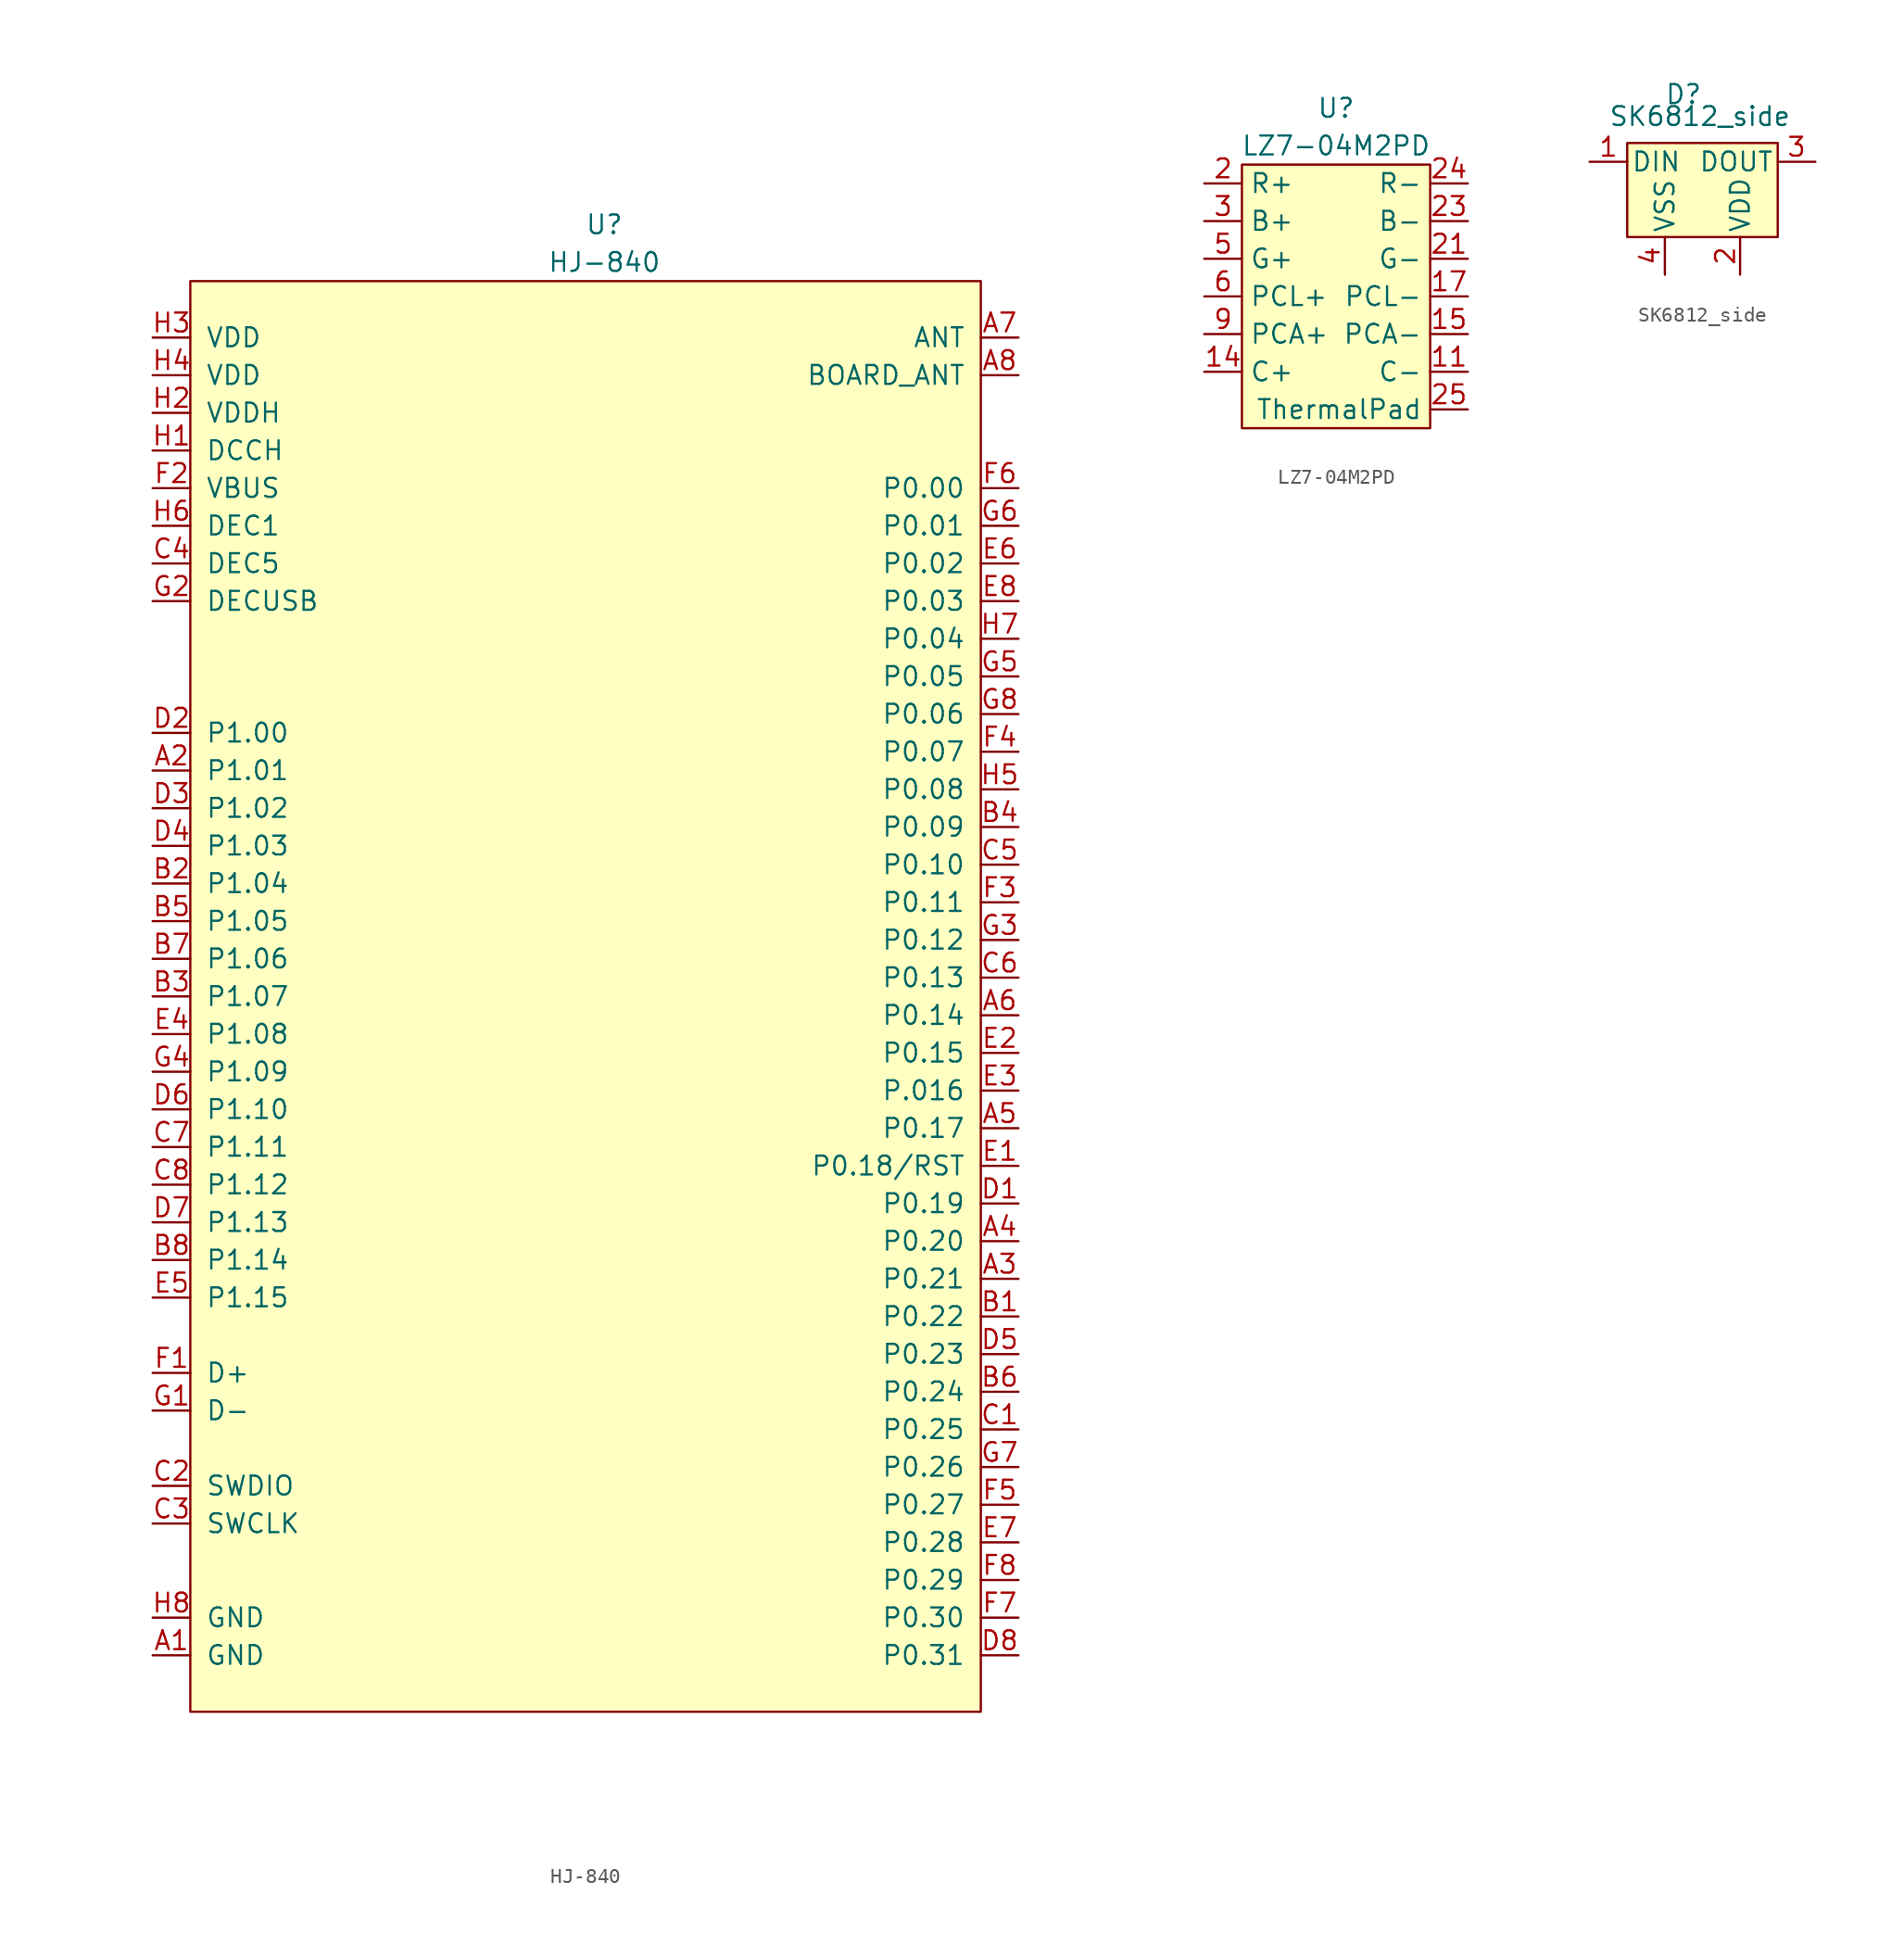
<source format=kicad_sym>
(kicad_symbol_lib
  (version 20211014)
  (generator kicad_symbol_editor)
  (symbol "HJ-840"
    (pin_names
      (offset 1.016))
    (property "Reference" "U"
      (at 0 52.07 0)
      (effects (font (size 1.27 1.27))))
    (property "Value" "HJ-840"
      (at 0 49.53 0)
      (effects (font (size 1.27 1.27))))
    (symbol "HJ-840_0_1"
      (rectangle (start -27.94 48.26) (end 25.4 -48.26) (stroke (width 0) (type default) (color 0 0 0 0)) (fill (type background))))
    (symbol "HJ-840_1_1"
      (pin input line (at -30.48 -44.45 0) (length 2.54) (name "GND" (effects (font (size 1.27 1.27)))) (number "A1" (effects (font (size 1.27 1.27)))))
      (pin input line (at -30.48 15.24 0) (length 2.54) (name "P1.01" (effects (font (size 1.27 1.27)))) (number "A2" (effects (font (size 1.27 1.27)))))
      (pin input line (at 27.94 -19.05 180) (length 2.54) (name "P0.21" (effects (font (size 1.27 1.27)))) (number "A3" (effects (font (size 1.27 1.27)))))
      (pin input line (at 27.94 -16.51 180) (length 2.54) (name "P0.20" (effects (font (size 1.27 1.27)))) (number "A4" (effects (font (size 1.27 1.27)))))
      (pin input line (at 27.94 -8.89 180) (length 2.54) (name "P0.17" (effects (font (size 1.27 1.27)))) (number "A5" (effects (font (size 1.27 1.27)))))
      (pin input line (at 27.94 -1.27 180) (length 2.54) (name "P0.14" (effects (font (size 1.27 1.27)))) (number "A6" (effects (font (size 1.27 1.27)))))
      (pin input line (at 27.94 44.45 180) (length 2.54) (name "ANT" (effects (font (size 1.27 1.27)))) (number "A7" (effects (font (size 1.27 1.27)))))
      (pin input line (at 27.94 41.91 180) (length 2.54) (name "BOARD_ANT" (effects (font (size 1.27 1.27)))) (number "A8" (effects (font (size 1.27 1.27)))))
      (pin input line (at 27.94 -21.59 180) (length 2.54) (name "P0.22" (effects (font (size 1.27 1.27)))) (number "B1" (effects (font (size 1.27 1.27)))))
      (pin input line (at -30.48 7.62 0) (length 2.54) (name "P1.04" (effects (font (size 1.27 1.27)))) (number "B2" (effects (font (size 1.27 1.27)))))
      (pin input line (at -30.48 0 0) (length 2.54) (name "P1.07" (effects (font (size 1.27 1.27)))) (number "B3" (effects (font (size 1.27 1.27)))))
      (pin input line (at 27.94 11.43 180) (length 2.54) (name "P0.09" (effects (font (size 1.27 1.27)))) (number "B4" (effects (font (size 1.27 1.27)))))
      (pin input line (at -30.48 5.08 0) (length 2.54) (name "P1.05" (effects (font (size 1.27 1.27)))) (number "B5" (effects (font (size 1.27 1.27)))))
      (pin input line (at 27.94 -26.67 180) (length 2.54) (name "P0.24" (effects (font (size 1.27 1.27)))) (number "B6" (effects (font (size 1.27 1.27)))))
      (pin input line (at -30.48 2.54 0) (length 2.54) (name "P1.06" (effects (font (size 1.27 1.27)))) (number "B7" (effects (font (size 1.27 1.27)))))
      (pin input line (at -30.48 -17.78 0) (length 2.54) (name "P1.14" (effects (font (size 1.27 1.27)))) (number "B8" (effects (font (size 1.27 1.27)))))
      (pin input line (at 27.94 -29.21 180) (length 2.54) (name "P0.25" (effects (font (size 1.27 1.27)))) (number "C1" (effects (font (size 1.27 1.27)))))
      (pin input line (at -30.48 -33.02 0) (length 2.54) (name "SWDIO" (effects (font (size 1.27 1.27)))) (number "C2" (effects (font (size 1.27 1.27)))))
      (pin input line (at -30.48 -35.56 0) (length 2.54) (name "SWCLK" (effects (font (size 1.27 1.27)))) (number "C3" (effects (font (size 1.27 1.27)))))
      (pin input line (at -30.48 29.21 0) (length 2.54) (name "DEC5" (effects (font (size 1.27 1.27)))) (number "C4" (effects (font (size 1.27 1.27)))))
      (pin input line (at 27.94 8.89 180) (length 2.54) (name "P0.10" (effects (font (size 1.27 1.27)))) (number "C5" (effects (font (size 1.27 1.27)))))
      (pin input line (at 27.94 1.27 180) (length 2.54) (name "P0.13" (effects (font (size 1.27 1.27)))) (number "C6" (effects (font (size 1.27 1.27)))))
      (pin input line (at -30.48 -10.16 0) (length 2.54) (name "P1.11" (effects (font (size 1.27 1.27)))) (number "C7" (effects (font (size 1.27 1.27)))))
      (pin input line (at -30.48 -12.7 0) (length 2.54) (name "P1.12" (effects (font (size 1.27 1.27)))) (number "C8" (effects (font (size 1.27 1.27)))))
      (pin input line (at 27.94 -13.97 180) (length 2.54) (name "P0.19" (effects (font (size 1.27 1.27)))) (number "D1" (effects (font (size 1.27 1.27)))))
      (pin input line (at -30.48 17.78 0) (length 2.54) (name "P1.00" (effects (font (size 1.27 1.27)))) (number "D2" (effects (font (size 1.27 1.27)))))
      (pin input line (at -30.48 12.7 0) (length 2.54) (name "P1.02" (effects (font (size 1.27 1.27)))) (number "D3" (effects (font (size 1.27 1.27)))))
      (pin input line (at -30.48 10.16 0) (length 2.54) (name "P1.03" (effects (font (size 1.27 1.27)))) (number "D4" (effects (font (size 1.27 1.27)))))
      (pin input line (at 27.94 -24.13 180) (length 2.54) (name "P0.23" (effects (font (size 1.27 1.27)))) (number "D5" (effects (font (size 1.27 1.27)))))
      (pin input line (at -30.48 -7.62 0) (length 2.54) (name "P1.10" (effects (font (size 1.27 1.27)))) (number "D6" (effects (font (size 1.27 1.27)))))
      (pin input line (at -30.48 -15.24 0) (length 2.54) (name "P1.13" (effects (font (size 1.27 1.27)))) (number "D7" (effects (font (size 1.27 1.27)))))
      (pin input line (at 27.94 -44.45 180) (length 2.54) (name "P0.31" (effects (font (size 1.27 1.27)))) (number "D8" (effects (font (size 1.27 1.27)))))
      (pin input line (at 27.94 -11.43 180) (length 2.54) (name "P0.18/RST" (effects (font (size 1.27 1.27)))) (number "E1" (effects (font (size 1.27 1.27)))))
      (pin input line (at 27.94 -3.81 180) (length 2.54) (name "P0.15" (effects (font (size 1.27 1.27)))) (number "E2" (effects (font (size 1.27 1.27)))))
      (pin input line (at 27.94 -6.35 180) (length 2.54) (name "P.016" (effects (font (size 1.27 1.27)))) (number "E3" (effects (font (size 1.27 1.27)))))
      (pin input line (at -30.48 -2.54 0) (length 2.54) (name "P1.08" (effects (font (size 1.27 1.27)))) (number "E4" (effects (font (size 1.27 1.27)))))
      (pin input line (at -30.48 -20.32 0) (length 2.54) (name "P1.15" (effects (font (size 1.27 1.27)))) (number "E5" (effects (font (size 1.27 1.27)))))
      (pin input line (at 27.94 29.21 180) (length 2.54) (name "P0.02" (effects (font (size 1.27 1.27)))) (number "E6" (effects (font (size 1.27 1.27)))))
      (pin input line (at 27.94 -36.83 180) (length 2.54) (name "P0.28" (effects (font (size 1.27 1.27)))) (number "E7" (effects (font (size 1.27 1.27)))))
      (pin input line (at 27.94 26.67 180) (length 2.54) (name "P0.03" (effects (font (size 1.27 1.27)))) (number "E8" (effects (font (size 1.27 1.27)))))
      (pin input line (at -30.48 -25.4 0) (length 2.54) (name "D+" (effects (font (size 1.27 1.27)))) (number "F1" (effects (font (size 1.27 1.27)))))
      (pin input line (at -30.48 34.29 0) (length 2.54) (name "VBUS" (effects (font (size 1.27 1.27)))) (number "F2" (effects (font (size 1.27 1.27)))))
      (pin input line (at 27.94 6.35 180) (length 2.54) (name "P0.11" (effects (font (size 1.27 1.27)))) (number "F3" (effects (font (size 1.27 1.27)))))
      (pin input line (at 27.94 16.51 180) (length 2.54) (name "P0.07" (effects (font (size 1.27 1.27)))) (number "F4" (effects (font (size 1.27 1.27)))))
      (pin input line (at 27.94 -34.29 180) (length 2.54) (name "P0.27" (effects (font (size 1.27 1.27)))) (number "F5" (effects (font (size 1.27 1.27)))))
      (pin input line (at 27.94 34.29 180) (length 2.54) (name "P0.00" (effects (font (size 1.27 1.27)))) (number "F6" (effects (font (size 1.27 1.27)))))
      (pin input line (at 27.94 -41.91 180) (length 2.54) (name "P0.30" (effects (font (size 1.27 1.27)))) (number "F7" (effects (font (size 1.27 1.27)))))
      (pin input line (at 27.94 -39.37 180) (length 2.54) (name "P0.29" (effects (font (size 1.27 1.27)))) (number "F8" (effects (font (size 1.27 1.27)))))
      (pin input line (at -30.48 -27.94 0) (length 2.54) (name "D-" (effects (font (size 1.27 1.27)))) (number "G1" (effects (font (size 1.27 1.27)))))
      (pin input line (at -30.48 26.67 0) (length 2.54) (name "DECUSB" (effects (font (size 1.27 1.27)))) (number "G2" (effects (font (size 1.27 1.27)))))
      (pin input line (at 27.94 3.81 180) (length 2.54) (name "P0.12" (effects (font (size 1.27 1.27)))) (number "G3" (effects (font (size 1.27 1.27)))))
      (pin input line (at -30.48 -5.08 0) (length 2.54) (name "P1.09" (effects (font (size 1.27 1.27)))) (number "G4" (effects (font (size 1.27 1.27)))))
      (pin input line (at 27.94 21.59 180) (length 2.54) (name "P0.05" (effects (font (size 1.27 1.27)))) (number "G5" (effects (font (size 1.27 1.27)))))
      (pin input line (at 27.94 31.75 180) (length 2.54) (name "P0.01" (effects (font (size 1.27 1.27)))) (number "G6" (effects (font (size 1.27 1.27)))))
      (pin input line (at 27.94 -31.75 180) (length 2.54) (name "P0.26" (effects (font (size 1.27 1.27)))) (number "G7" (effects (font (size 1.27 1.27)))))
      (pin input line (at 27.94 19.05 180) (length 2.54) (name "P0.06" (effects (font (size 1.27 1.27)))) (number "G8" (effects (font (size 1.27 1.27)))))
      (pin input line (at -30.48 36.83 0) (length 2.54) (name "DCCH" (effects (font (size 1.27 1.27)))) (number "H1" (effects (font (size 1.27 1.27)))))
      (pin input line (at -30.48 39.37 0) (length 2.54) (name "VDDH" (effects (font (size 1.27 1.27)))) (number "H2" (effects (font (size 1.27 1.27)))))
      (pin input line (at -30.48 44.45 0) (length 2.54) (name "VDD" (effects (font (size 1.27 1.27)))) (number "H3" (effects (font (size 1.27 1.27)))))
      (pin input line (at -30.48 41.91 0) (length 2.54) (name "VDD" (effects (font (size 1.27 1.27)))) (number "H4" (effects (font (size 1.27 1.27)))))
      (pin input line (at 27.94 13.97 180) (length 2.54) (name "P0.08" (effects (font (size 1.27 1.27)))) (number "H5" (effects (font (size 1.27 1.27)))))
      (pin input line (at -30.48 31.75 0) (length 2.54) (name "DEC1" (effects (font (size 1.27 1.27)))) (number "H6" (effects (font (size 1.27 1.27)))))
      (pin input line (at 27.94 24.13 180) (length 2.54) (name "P0.04" (effects (font (size 1.27 1.27)))) (number "H7" (effects (font (size 1.27 1.27)))))
      (pin input line (at -30.48 -41.91 0) (length 2.54) (name "GND" (effects (font (size 1.27 1.27)))) (number "H8" (effects (font (size 1.27 1.27)))))))
  (symbol "LZ7-04M2PD"
    (property "Reference" "U"
      (at 0 12.7 0)
      (effects (font (size 1.27 1.27))))
    (property "Value" "LZ7-04M2PD"
      (at 0 10.16 0)
      (effects (font (size 1.27 1.27))))
    (symbol "LZ7-04M2PD_0_1"
      (rectangle (start -6.35 8.89) (end 6.35 -8.89) (stroke (width 0.152) (type default) (color 0 0 0 0)) (fill (type background))))
    (symbol "LZ7-04M2PD_1_1"
      (pin input line (at 8.89 -5.08 180) (length 2.54) (name "C-" (effects (font (size 1.27 1.27)))) (number "11" (effects (font (size 1.27 1.27)))))
      (pin input line (at -8.89 -5.08 0) (length 2.54) (name "C+" (effects (font (size 1.27 1.27)))) (number "14" (effects (font (size 1.27 1.27)))))
      (pin input line (at 8.89 -2.54 180) (length 2.54) (name "PCA-" (effects (font (size 1.27 1.27)))) (number "15" (effects (font (size 1.27 1.27)))))
      (pin input line (at 8.89 0 180) (length 2.54) (name "PCL-" (effects (font (size 1.27 1.27)))) (number "17" (effects (font (size 1.27 1.27)))))
      (pin input line (at -8.89 7.62 0) (length 2.54) (name "R+" (effects (font (size 1.27 1.27)))) (number "2" (effects (font (size 1.27 1.27)))))
      (pin input line (at 8.89 0 180) (length 2.54) hide (name "PCL-" (effects (font (size 1.27 1.27)))) (number "20" (effects (font (size 1.27 1.27)))))
      (pin input line (at 8.89 2.54 180) (length 2.54) (name "G-" (effects (font (size 1.27 1.27)))) (number "21" (effects (font (size 1.27 1.27)))))
      (pin input line (at 8.89 5.08 180) (length 2.54) (name "B-" (effects (font (size 1.27 1.27)))) (number "23" (effects (font (size 1.27 1.27)))))
      (pin input line (at 8.89 7.62 180) (length 2.54) (name "R-" (effects (font (size 1.27 1.27)))) (number "24" (effects (font (size 1.27 1.27)))))
      (pin input line (at 8.89 -7.62 180) (length 2.54) (name "ThermalPad" (effects (font (size 1.27 1.27)))) (number "25" (effects (font (size 1.27 1.27)))))
      (pin input line (at -8.89 5.08 0) (length 2.54) (name "B+" (effects (font (size 1.27 1.27)))) (number "3" (effects (font (size 1.27 1.27)))))
      (pin input line (at -8.89 2.54 0) (length 2.54) (name "G+" (effects (font (size 1.27 1.27)))) (number "5" (effects (font (size 1.27 1.27)))))
      (pin input line (at -8.89 0 0) (length 2.54) (name "PCL+" (effects (font (size 1.27 1.27)))) (number "6" (effects (font (size 1.27 1.27)))))
      (pin input line (at -8.89 0 0) (length 2.54) hide (name "PCL+" (effects (font (size 1.27 1.27)))) (number "8" (effects (font (size 1.27 1.27)))))
      (pin input line (at -8.89 -2.54 0) (length 2.54) (name "PCA+" (effects (font (size 1.27 1.27)))) (number "9" (effects (font (size 1.27 1.27)))))))
  (symbol "SK6812_side"
    (pin_names
      (offset 0.254))
    (property "Reference" "D"
      (at 0 5.08 0)
      (effects (font (size 1.27 1.27)) (justify right bottom)))
    (property "Value" "SK6812_side"
      (at -6.35 5.08 0)
      (effects (font (size 1.27 1.27)) (justify left top)))
    (symbol "SK6812_side_0_1"
      (rectangle (start -5.08 2.54) (end 5.08 -3.81) (stroke (width 0.152) (type default) (color 0 0 0 0)) (fill (type background))))
    (symbol "SK6812_side_1_1"
      (pin input line (at -7.62 1.27 0) (length 2.54) (name "DIN" (effects (font (size 1.27 1.27)))) (number "1" (effects (font (size 1.27 1.27)))))
      (pin power_in line (at 2.54 -6.35 90) (length 2.54) (name "VDD" (effects (font (size 1.27 1.27)))) (number "2" (effects (font (size 1.27 1.27)))))
      (pin output line (at 7.62 1.27 180) (length 2.54) (name "DOUT" (effects (font (size 1.27 1.27)))) (number "3" (effects (font (size 1.27 1.27)))))
      (pin power_in line (at -2.54 -6.35 90) (length 2.54) (name "VSS" (effects (font (size 1.27 1.27)))) (number "4" (effects (font (size 1.27 1.27))))))))
</source>
